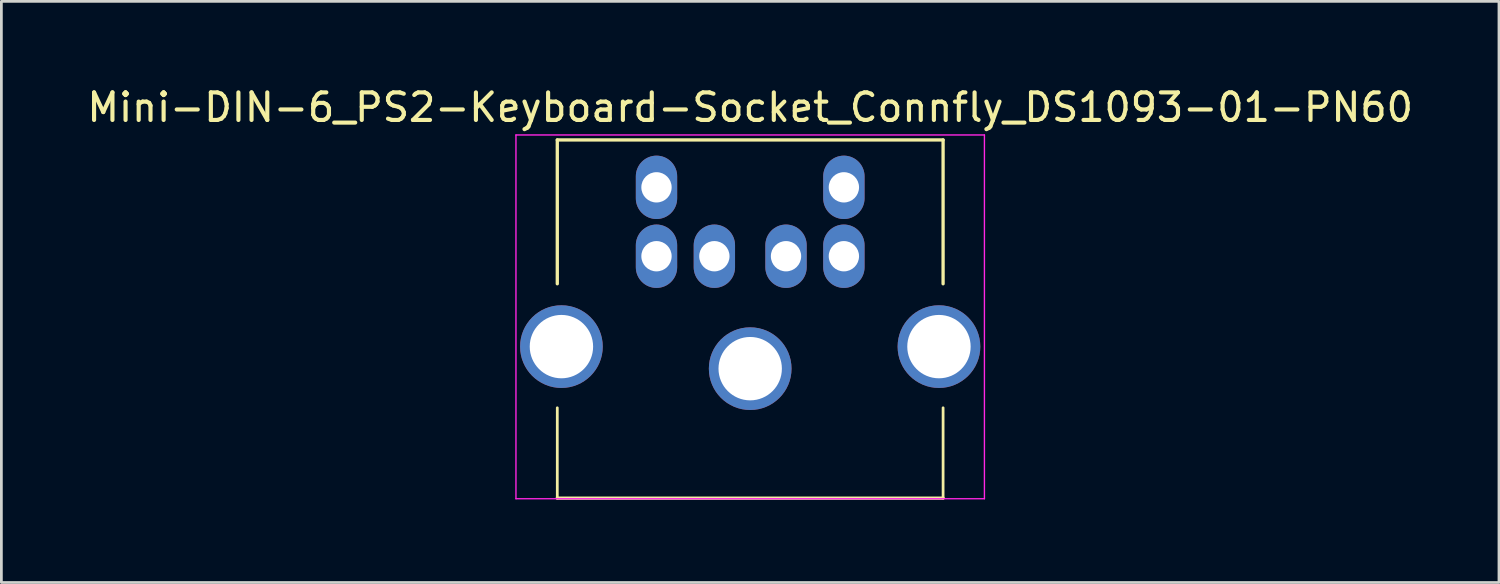
<source format=kicad_pcb>
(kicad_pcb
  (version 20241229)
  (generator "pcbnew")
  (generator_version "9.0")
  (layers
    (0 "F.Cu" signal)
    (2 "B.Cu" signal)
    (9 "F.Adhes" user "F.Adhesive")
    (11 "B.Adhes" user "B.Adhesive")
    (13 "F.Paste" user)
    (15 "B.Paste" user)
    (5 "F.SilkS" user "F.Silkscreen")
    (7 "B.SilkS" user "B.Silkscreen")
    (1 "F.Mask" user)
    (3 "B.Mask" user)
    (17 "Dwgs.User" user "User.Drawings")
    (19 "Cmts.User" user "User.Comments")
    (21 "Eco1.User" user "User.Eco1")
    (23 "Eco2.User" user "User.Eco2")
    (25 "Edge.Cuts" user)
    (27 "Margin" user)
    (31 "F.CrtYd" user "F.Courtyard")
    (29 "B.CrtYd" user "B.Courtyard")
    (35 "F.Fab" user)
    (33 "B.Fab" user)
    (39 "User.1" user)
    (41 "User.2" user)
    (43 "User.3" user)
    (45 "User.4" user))
  (footprint "Mini-DIN-6_PS2-Keyboard-Socket_Connfly_DS1093-01-PN60"
    (layer "F.Cu")
    (at 24.173 6.248)
    (property "Reference" "Mini-DIN-6_PS2-Keyboard-Socket_Connfly_DS1093-01-PN60" (at 0 -5.4 180) (layer "F.SilkS") (effects (font (size 1 1) (thickness 0.15))))
    (attr through_hole)
    (fp_line (start -7 -4.22) (end -7 1) (stroke (width 0.12) (type default)) (layer "F.SilkS"))
    (fp_line (start -7 8.78) (end -7 5.5) (stroke (width 0.1) (type default)) (layer "F.SilkS"))
    (fp_line (start -7 8.78) (end 7 8.78) (stroke (width 0.12) (type default)) (layer "F.SilkS"))
    (fp_line (start 7 -4.22) (end -7 -4.22) (stroke (width 0.12) (type default)) (layer "F.SilkS"))
    (fp_line (start 7 1) (end 7 -4.22) (stroke (width 0.12) (type default)) (layer "F.SilkS"))
    (fp_line (start 7 8.78) (end 7 5.5) (stroke (width 0.1) (type default)) (layer "F.SilkS"))
    (fp_line (start -8.5 -4.4) (end 8.5 -4.4) (stroke (width 0.05) (type default)) (layer "F.CrtYd"))
    (fp_line (start -8.5 8.8) (end -8.5 -4.4) (stroke (width 0.05) (type default)) (layer "F.CrtYd"))
    (fp_line (start 8.5 -4.4) (end 8.5 8.8) (stroke (width 0.05) (type default)) (layer "F.CrtYd"))
    (fp_line (start 8.5 8.8) (end -8.5 8.8) (stroke (width 0.05) (type default)) (layer "F.CrtYd"))
    (pad "" thru_hole circle (at -6.85 3.28) (size 3 3) (drill 2.3) (layers "*.Cu" "*.Mask"))
    (pad "" thru_hole circle (at 0 4.08) (size 3 3) (drill 2.3) (layers "*.Cu" "*.Mask"))
    (pad "" thru_hole circle (at 6.85 3.28) (size 3 3) (drill 2.3) (layers "*.Cu" "*.Mask"))
    (pad "1" thru_hole oval (at 1.3 0) (size 1.5 2.3) (drill 1.1) (layers "*.Cu" "*.Mask"))
    (pad "2" thru_hole oval (at -1.3 0) (size 1.5 2.3) (drill 1.1) (layers "*.Cu" "*.Mask"))
    (pad "3" thru_hole oval (at 3.4 0) (size 1.5 2.3) (drill 1.1) (layers "*.Cu" "*.Mask"))
    (pad "4" thru_hole oval (at -3.4 0) (size 1.5 2.3) (drill 1.1) (layers "*.Cu" "*.Mask"))
    (pad "5" thru_hole oval (at 3.4 -2.5) (size 1.5 2.3) (drill 1.1) (layers "*.Cu" "*.Mask"))
    (pad "6" thru_hole oval (at -3.4 -2.5) (size 1.5 2.3) (drill 1.1) (layers "*.Cu" "*.Mask")))
  (gr_rect
    (start -3 -3)
    (end 51.345 18.088)
    (stroke (width 0.1) (type default))
    (fill no)
    (layer "Edge.Cuts")))
</source>
